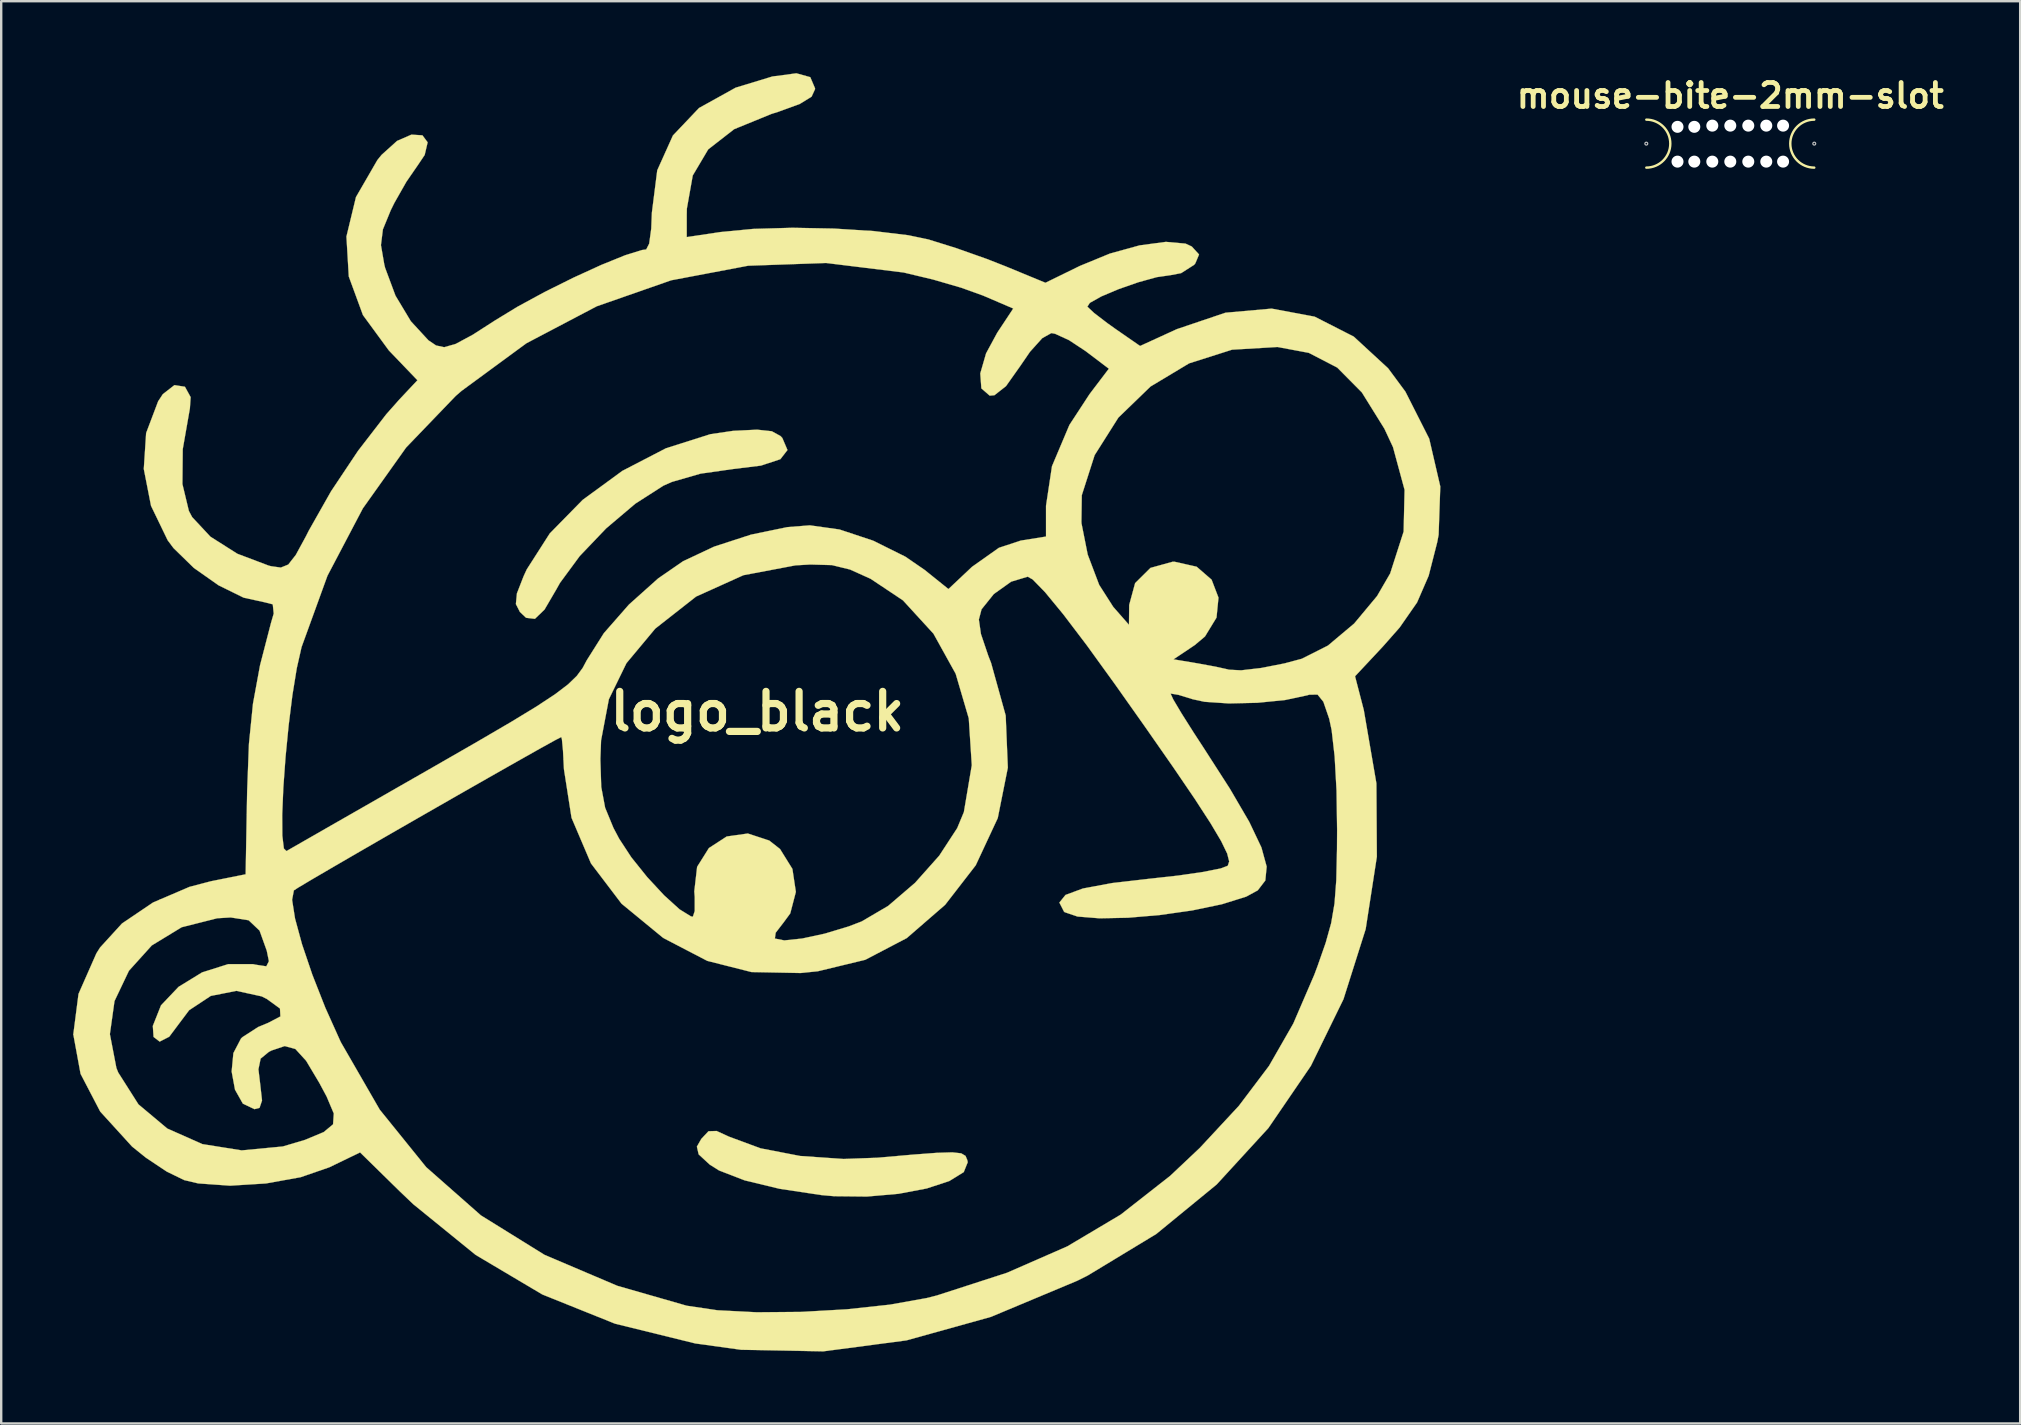
<source format=kicad_pcb>
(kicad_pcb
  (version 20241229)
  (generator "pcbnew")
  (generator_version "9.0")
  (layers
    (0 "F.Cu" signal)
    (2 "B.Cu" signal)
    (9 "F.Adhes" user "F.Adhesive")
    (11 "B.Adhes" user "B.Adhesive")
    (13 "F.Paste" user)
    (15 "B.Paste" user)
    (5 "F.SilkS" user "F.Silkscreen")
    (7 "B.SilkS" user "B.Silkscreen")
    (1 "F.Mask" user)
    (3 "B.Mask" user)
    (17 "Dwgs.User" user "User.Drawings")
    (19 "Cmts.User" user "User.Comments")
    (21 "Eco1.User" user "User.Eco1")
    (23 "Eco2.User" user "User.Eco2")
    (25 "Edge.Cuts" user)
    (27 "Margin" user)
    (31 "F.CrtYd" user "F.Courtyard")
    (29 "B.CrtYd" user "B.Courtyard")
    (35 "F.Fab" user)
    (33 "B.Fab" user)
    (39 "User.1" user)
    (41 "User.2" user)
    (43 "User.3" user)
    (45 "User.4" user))
  (footprint "logo_black"
    (layer "F.Cu")
    (at 28.511 26.598)
    (property "Reference" "logo_black" (at 0 0 0) (layer "F.SilkS") (effects (font (size 1.524 1.524) (thickness 0.3))))
    (attr through_hole)
    (fp_poly (pts (xy -1.18 17.723) (xy 0.134 18.209) (xy 1.785 18.528) (xy 3.597 18.653) (xy 5.015 18.601) (xy 6.471 18.473) (xy 7.48 18.397) (xy 8.128 18.377) (xy 8.498 18.418) (xy 8.678 18.524) (xy 8.751 18.698) (xy 8.77 18.788) (xy 8.604 19.2) (xy 8.002 19.572) (xy 7.063 19.881) (xy 5.885 20.104) (xy 4.567 20.219) (xy 3.208 20.205) (xy 2.674 20.158) (xy 0.927 19.895) (xy -0.528 19.544) (xy -1.596 19.131) (xy -1.983 18.887) (xy -2.444 18.461) (xy -2.518 18.138) (xy -2.333 17.815) (xy -2.035 17.497) (xy -1.695 17.487) (xy -1.18 17.723)) (stroke (width 0.01) (type solid)) (fill yes) (layer "F.SilkS"))
    (fp_poly (pts (xy 0.605 -11.675) (xy 0.97 -11.474) (xy 1.043 -11.395) (xy 1.257 -10.893) (xy 0.961 -10.511) (xy 0.152 -10.244) (xy -1.006 -10.102) (xy -2.37 -9.908) (xy -3.563 -9.563) (xy -3.915 -9.407) (xy -5.083 -8.658) (xy -6.299 -7.628) (xy -7.4 -6.475) (xy -8.224 -5.356) (xy -8.368 -5.098) (xy -8.867 -4.244) (xy -9.268 -3.858) (xy -9.636 -3.901) (xy -9.894 -4.145) (xy -10.061 -4.473) (xy -10.018 -4.918) (xy -9.74 -5.632) (xy -9.608 -5.918) (xy -8.649 -7.417) (xy -7.279 -8.814) (xy -5.625 -10.024) (xy -3.809 -10.965) (xy -1.957 -11.553) (xy -1.009 -11.692) (xy -0.009 -11.741) (xy 0.605 -11.675)) (stroke (width 0.01) (type solid)) (fill yes) (layer "F.SilkS"))
    (fp_poly (pts (xy 2.208 -26.432) (xy 2.406 -25.968) (xy 2.406 -25.932) (xy 2.262 -25.619) (xy 1.774 -25.318) (xy 0.86 -24.984) (xy 0.59 -24.9) (xy -0.964 -24.265) (xy -2.045 -23.424) (xy -2.69 -22.335) (xy -2.936 -20.952) (xy -2.941 -20.694) (xy -2.941 -19.767) (xy -1.537 -19.977) (xy -0.172 -20.108) (xy 1.461 -20.155) (xy 3.193 -20.122) (xy 4.857 -20.017) (xy 6.287 -19.845) (xy 7.129 -19.669) (xy 8.271 -19.313) (xy 9.555 -18.859) (xy 10.349 -18.548) (xy 12.009 -17.863) (xy 13.445 -18.566) (xy 14.695 -19.08) (xy 15.934 -19.422) (xy 17.029 -19.568) (xy 17.848 -19.495) (xy 18.107 -19.374) (xy 18.41 -19.043) (xy 18.256 -18.674) (xy 18.205 -18.611) (xy 17.663 -18.265) (xy 17.223 -18.181) (xy 16.648 -18.098) (xy 15.877 -17.885) (xy 15.058 -17.599) (xy 14.336 -17.294) (xy 13.859 -17.026) (xy 13.755 -16.868) (xy 14.034 -16.606) (xy 14.596 -16.175) (xy 14.916 -15.947) (xy 15.953 -15.229) (xy 17.484 -15.93) (xy 19.51 -16.615) (xy 21.435 -16.786) (xy 23.228 -16.451) (xy 24.857 -15.62) (xy 26.289 -14.3) (xy 27.011 -13.324) (xy 28.002 -11.365) (xy 28.464 -9.372) (xy 28.394 -7.361) (xy 28.338 -7.06) (xy 27.979 -5.653) (xy 27.496 -4.54) (xy 26.772 -3.499) (xy 26.063 -2.695) (xy 24.911 -1.464) (xy 25.276 -0.057) (xy 25.801 2.999) (xy 25.82 6.058) (xy 25.354 9.073) (xy 24.429 11.994) (xy 23.07 14.774) (xy 21.3 17.364) (xy 19.144 19.716) (xy 16.626 21.78) (xy 13.771 23.509) (xy 13.333 23.728) (xy 9.738 25.233) (xy 6.215 26.213) (xy 2.749 26.67) (xy -0.673 26.605) (xy -2.582 26.341) (xy -5.934 25.516) (xy -8.959 24.3) (xy -11.737 22.652) (xy -14.344 20.533) (xy -14.895 20.007) (xy -16.555 18.379) (xy -17.836 18.999) (xy -19.029 19.412) (xy -20.478 19.673) (xy -21.972 19.766) (xy -23.302 19.671) (xy -23.885 19.533) (xy -24.607 19.181) (xy -25.478 18.601) (xy -26.057 18.135) (xy -27.385 16.676) (xy -28.203 15.106) (xy -28.506 13.46) (xy -28.505 13.451) (xy -26.982 13.451) (xy -26.71 14.86) (xy -26.635 15.048) (xy -25.791 16.377) (xy -24.59 17.384) (xy -23.125 18.034) (xy -21.488 18.295) (xy -19.774 18.132) (xy -18.849 17.857) (xy -18.069 17.531) (xy -17.68 17.208) (xy -17.65 16.757) (xy -17.948 16.052) (xy -18.253 15.482) (xy -18.803 14.56) (xy -19.25 14.07) (xy -19.695 13.947) (xy -20.241 14.13) (xy -20.358 14.191) (xy -20.699 14.47) (xy -20.791 14.916) (xy -20.718 15.528) (xy -20.641 16.218) (xy -20.745 16.523) (xy -20.956 16.577) (xy -21.44 16.346) (xy -21.767 15.766) (xy -21.907 15.007) (xy -21.834 14.24) (xy -21.517 13.633) (xy -21.456 13.575) (xy -20.802 13.153) (xy -20.387 12.981) (xy -19.875 12.713) (xy -19.893 12.382) (xy -20.441 11.984) (xy -20.654 11.877) (xy -21.709 11.646) (xy -22.776 11.857) (xy -23.679 12.453) (xy -24.065 12.967) (xy -24.508 13.558) (xy -24.907 13.762) (xy -25.161 13.566) (xy -25.192 13.108) (xy -24.851 12.25) (xy -24.118 11.478) (xy -23.138 10.877) (xy -22.054 10.534) (xy -21.011 10.534) (xy -20.92 10.554) (xy -20.462 10.624) (xy -20.354 10.411) (xy -20.443 9.974) (xy -20.743 9.137) (xy -21.198 8.705) (xy -21.947 8.587) (xy -22.509 8.621) (xy -23.99 8.995) (xy -25.236 9.754) (xy -26.188 10.809) (xy -26.789 12.071) (xy -26.982 13.451) (xy -28.505 13.451) (xy -28.289 11.774) (xy -27.545 10.086) (xy -27.391 9.841) (xy -26.476 8.838) (xy -25.183 7.964) (xy -24.924 7.853) (xy -19.388 7.853) (xy -19.265 8.634) (xy -18.973 9.708) (xy -18.542 10.979) (xy -18.003 12.35) (xy -17.384 13.727) (xy -17.348 13.801) (xy -15.736 16.597) (xy -13.8 18.993) (xy -11.517 21.005) (xy -8.867 22.649) (xy -5.83 23.94) (xy -2.941 24.769) (xy -1.664 24.958) (xy -0.022 25.042) (xy 1.829 25.026) (xy 3.73 24.918) (xy 5.525 24.724) (xy 7.056 24.45) (xy 7.486 24.341) (xy 10.405 23.396) (xy 12.918 22.296) (xy 15.145 20.972) (xy 17.207 19.356) (xy 18.448 18.185) (xy 20.067 16.442) (xy 21.325 14.776) (xy 22.336 13.012) (xy 23.213 10.977) (xy 23.352 10.605) (xy 23.689 9.641) (xy 23.916 8.825) (xy 24.056 8.005) (xy 24.13 7.031) (xy 24.159 5.749) (xy 24.164 4.946) (xy 24.14 3.306) (xy 24.061 1.877) (xy 23.936 0.781) (xy 23.835 0.308) (xy 23.591 -0.402) (xy 23.35 -0.7) (xy 23.006 -0.697) (xy 22.909 -0.669) (xy 21.994 -0.474) (xy 20.84 -0.359) (xy 19.654 -0.332) (xy 18.642 -0.4) (xy 18.15 -0.506) (xy 17.556 -0.689) (xy 17.237 -0.742) (xy 17.226 -0.736) (xy 17.334 -0.5) (xy 17.679 0.081) (xy 18.201 0.906) (xy 18.57 1.471) (xy 19.696 3.223) (xy 20.504 4.607) (xy 21.01 5.672) (xy 21.228 6.468) (xy 21.172 7.047) (xy 20.858 7.457) (xy 20.378 7.719) (xy 19.364 8.036) (xy 18.123 8.295) (xy 16.778 8.486) (xy 15.451 8.599) (xy 14.265 8.623) (xy 13.343 8.549) (xy 12.808 8.367) (xy 12.781 8.343) (xy 12.589 7.967) (xy 12.845 7.649) (xy 13.569 7.381) (xy 14.786 7.154) (xy 16.294 6.98) (xy 17.531 6.843) (xy 18.575 6.692) (xy 19.309 6.546) (xy 19.607 6.434) (xy 19.666 6.253) (xy 19.583 5.924) (xy 19.332 5.406) (xy 18.888 4.657) (xy 18.226 3.637) (xy 17.319 2.305) (xy 16.143 0.618) (xy 14.903 -1.136) (xy 13.729 -2.76) (xy 12.75 -4.049) (xy 11.99 -4.972) (xy 11.476 -5.499) (xy 11.27 -5.615) (xy 10.58 -5.407) (xy 9.858 -4.893) (xy 9.345 -4.255) (xy 9.233 -3.829) (xy 9.32 -3.225) (xy 9.628 -2.314) (xy 9.744 -2.017) (xy 10.352 0.172) (xy 10.441 2.346) (xy 10.021 4.446) (xy 9.103 6.414) (xy 7.828 8.061) (xy 6.23 9.447) (xy 4.499 10.352) (xy 2.521 10.83) (xy 1.808 10.903) (xy -0.242 10.863) (xy -2.087 10.396) (xy -3.889 9.458) (xy -3.948 9.419) (xy -5.658 8.013) (xy -6.932 6.335) (xy -7.742 4.434) (xy -8.058 2.41) (xy -8.079 2.005) (xy -6.541 2.005) (xy -6.504 3.149) (xy -6.342 4.014) (xy -5.996 4.855) (xy -5.755 5.31) (xy -5.251 6.08) (xy -4.591 6.903) (xy -3.884 7.665) (xy -3.239 8.25) (xy -2.766 8.542) (xy -2.685 8.556) (xy -2.608 8.32) (xy -2.608 7.732) (xy -2.626 7.501) (xy -2.508 6.478) (xy -2.017 5.695) (xy -1.274 5.213) (xy -0.395 5.089) (xy 0.498 5.382) (xy 0.948 5.736) (xy 1.463 6.564) (xy 1.607 7.523) (xy 1.373 8.419) (xy 1.092 8.801) (xy 0.766 9.224) (xy 0.732 9.466) (xy 1.124 9.544) (xy 1.867 9.466) (xy 2.811 9.262) (xy 3.807 8.962) (xy 4.35 8.754) (xy 5.452 8.107) (xy 6.575 7.144) (xy 7.582 6.013) (xy 8.331 4.865) (xy 8.609 4.196) (xy 8.939 2.243) (xy 8.813 0.29) (xy 8.267 -1.57) (xy 7.341 -3.24) (xy 6.071 -4.627) (xy 4.723 -5.526) (xy 3.865 -5.913) (xy 3.11 -6.097) (xy 2.209 -6.122) (xy 1.592 -6.087) (xy -0.579 -5.676) (xy -2.551 -4.786) (xy -4.252 -3.451) (xy -5.453 -2.011) (xy -6.186 -0.507) (xy -6.511 1.208) (xy -6.541 2.005) (xy -8.079 2.005) (xy -8.097 1.646) (xy -8.143 1.16) (xy -8.17 1.069) (xy -8.418 1.196) (xy -9.051 1.546) (xy -9.989 2.075) (xy -11.156 2.737) (xy -12.473 3.488) (xy -13.861 4.283) (xy -15.243 5.077) (xy -16.539 5.825) (xy -17.673 6.483) (xy -18.566 7.005) (xy -19.139 7.347) (xy -19.314 7.46) (xy -19.388 7.853) (xy -24.924 7.853) (xy -23.665 7.313) (xy -22.768 7.078) (xy -21.324 6.789) (xy -21.279 4.301) (xy -19.8 4.301) (xy -19.795 5.18) (xy -19.731 5.714) (xy -19.622 5.821) (xy -19.334 5.655) (xy -18.646 5.261) (xy -17.624 4.675) (xy -16.334 3.937) (xy -14.839 3.081) (xy -13.502 2.316) (xy -11.679 1.268) (xy -10.264 0.441) (xy -9.199 -0.207) (xy -8.426 -0.716) (xy -7.888 -1.126) (xy -7.524 -1.477) (xy -7.278 -1.811) (xy -7.109 -2.128) (xy -6.395 -3.26) (xy -5.35 -4.452) (xy -4.131 -5.543) (xy -3.096 -6.257) (xy -1.797 -6.868) (xy -0.265 -7.366) (xy 1.252 -7.68) (xy 2.192 -7.754) (xy 3.426 -7.581) (xy 4.824 -7.117) (xy 6.171 -6.448) (xy 6.969 -5.9) (xy 7.966 -5.099) (xy 8.948 -6.025) (xy 10.069 -6.818) (xy 10.981 -7.119) (xy 12.032 -7.287) (xy 12.032 -7.858) (xy 13.507 -7.858) (xy 13.77 -6.534) (xy 14.248 -5.273) (xy 14.835 -4.354) (xy 15.49 -3.609) (xy 15.499 -4.437) (xy 15.745 -5.345) (xy 16.387 -5.981) (xy 17.314 -6.238) (xy 17.379 -6.239) (xy 18.31 -6.03) (xy 18.933 -5.49) (xy 19.22 -4.741) (xy 19.138 -3.91) (xy 18.657 -3.122) (xy 18.231 -2.764) (xy 17.345 -2.17) (xy 18.365 -1.999) (xy 19.094 -1.865) (xy 19.597 -1.754) (xy 19.652 -1.738) (xy 20.163 -1.712) (xy 20.999 -1.809) (xy 21.974 -2.001) (xy 22.694 -2.194) (xy 23.78 -2.742) (xy 24.874 -3.661) (xy 25.83 -4.808) (xy 26.375 -5.748) (xy 26.936 -7.493) (xy 26.976 -9.234) (xy 26.493 -11.015) (xy 26.135 -11.782) (xy 25.195 -13.294) (xy 24.169 -14.329) (xy 22.983 -14.943) (xy 21.679 -15.187) (xy 19.787 -15.075) (xy 17.995 -14.505) (xy 16.388 -13.54) (xy 15.048 -12.244) (xy 14.059 -10.68) (xy 13.523 -9.009) (xy 13.507 -7.858) (xy 12.032 -7.858) (xy 12.032 -8.568) (xy 12.281 -10.218) (xy 13.007 -11.937) (xy 13.848 -13.224) (xy 14.651 -14.282) (xy 13.675 -15.021) (xy 12.989 -15.473) (xy 12.41 -15.738) (xy 12.255 -15.767) (xy 11.875 -15.555) (xy 11.365 -14.988) (xy 10.976 -14.42) (xy 10.365 -13.556) (xy 9.883 -13.177) (xy 9.684 -13.16) (xy 9.338 -13.462) (xy 9.293 -14.086) (xy 9.534 -14.921) (xy 10.001 -15.784) (xy 10.667 -16.79) (xy 9.411 -17.329) (xy 8.503 -17.656) (xy 7.321 -18) (xy 6.118 -18.287) (xy 6.094 -18.292) (xy 2.866 -18.688) (xy -0.382 -18.574) (xy -3.589 -17.967) (xy -6.69 -16.884) (xy -9.622 -15.343) (xy -12.322 -13.361) (xy -12.572 -13.144) (xy -14.635 -10.998) (xy -16.438 -8.463) (xy -17.914 -5.654) (xy -18.993 -2.682) (xy -18.995 -2.674) (xy -19.192 -1.804) (xy -19.374 -0.685) (xy -19.532 0.584) (xy -19.661 1.904) (xy -19.753 3.176) (xy -19.8 4.301) (xy -21.279 4.301) (xy -21.261 3.328) (xy -21.186 1.351) (xy -21.018 -0.323) (xy -20.723 -1.926) (xy -20.267 -3.687) (xy -20.154 -4.077) (xy -20.193 -4.462) (xy -20.517 -4.545) (xy -21.406 -4.74) (xy -22.451 -5.254) (xy -23.481 -5.978) (xy -24.329 -6.805) (xy -24.572 -7.13) (xy -25.267 -8.568) (xy -25.568 -10.103) (xy -25.471 -11.6) (xy -24.971 -12.922) (xy -24.776 -13.22) (xy -24.291 -13.598) (xy -23.854 -13.53) (xy -23.616 -13.097) (xy -23.647 -12.63) (xy -23.945 -10.929) (xy -23.959 -9.474) (xy -23.69 -8.355) (xy -23.554 -8.099) (xy -22.79 -7.28) (xy -21.668 -6.569) (xy -20.364 -6.076) (xy -20.259 -6.05) (xy -19.857 -5.994) (xy -19.548 -6.119) (xy -19.234 -6.52) (xy -18.815 -7.29) (xy -18.691 -7.535) (xy -17.765 -9.171) (xy -16.638 -10.861) (xy -15.465 -12.381) (xy -14.932 -12.983) (xy -14.164 -13.801) (xy -15.355 -15.043) (xy -16.435 -16.517) (xy -17.025 -18.125) (xy -17.123 -19.79) (xy -16.726 -21.434) (xy -15.832 -22.98) (xy -15.658 -23.194) (xy -15.014 -23.775) (xy -14.414 -24.037) (xy -13.955 -24.008) (xy -13.739 -23.717) (xy -13.862 -23.191) (xy -14.147 -22.766) (xy -14.625 -22.073) (xy -15.127 -21.19) (xy -15.273 -20.894) (xy -15.604 -20.088) (xy -15.685 -19.433) (xy -15.546 -18.627) (xy -15.512 -18.488) (xy -15.08 -17.327) (xy -14.439 -16.26) (xy -13.707 -15.466) (xy -13.387 -15.25) (xy -13.048 -15.178) (xy -12.571 -15.314) (xy -11.857 -15.698) (xy -10.922 -16.299) (xy -9.992 -16.866) (xy -8.863 -17.479) (xy -7.658 -18.078) (xy -6.499 -18.608) (xy -5.508 -19.01) (xy -4.807 -19.228) (xy -4.63 -19.251) (xy -4.506 -19.493) (xy -4.42 -20.121) (xy -4.393 -20.788) (xy -4.17 -22.55) (xy -3.517 -24.001) (xy -2.43 -25.146) (xy -0.901 -25.995) (xy 0.631 -26.461) (xy 1.629 -26.593) (xy 2.208 -26.432)) (stroke (width 0.01) (type solid)) (fill yes) (layer "F.SilkS")))
  (footprint "mouse-bite-2mm-slot"
    (layer "F.Cu")
    (at 69.061 2.936)
    (property "Reference" "mouse-bite-2mm-slot" (at 0 -2 0) (layer "F.SilkS") (effects (font (size 1 1) (thickness 0.2))))
    (attr through_hole)
    (fp_arc (start -3.5 -1) (mid -2.5 0) (end -3.5 1) (stroke (width 0.1) (type solid)) (layer "F.SilkS"))
    (fp_arc (start 3.5 1) (mid 2.5 0) (end 3.5 -1) (stroke (width 0.1) (type solid)) (layer "F.SilkS"))
    (fp_circle (center -3.5 0) (end -3.44 0) (stroke (width 0.05) (type solid)) (fill no) (layer "Dwgs.User"))
    (fp_circle (center 3.5 0) (end 3.56 0) (stroke (width 0.05) (type solid)) (fill no) (layer "Dwgs.User"))
    (fp_line (start -3.5 0) (end -3.5 0) (stroke (width 2) (type solid)) (layer "Eco1.User"))
    (fp_line (start 3.5 0) (end 3.5 0) (stroke (width 2) (type solid)) (layer "Eco1.User"))
    (pad "" np_thru_hole circle (at -2.2 -0.7) (size 0.5 0.5) (drill 0.5) (layers "*.Cu" "*.Mask"))
    (pad "" np_thru_hole circle (at -2.2 0.75) (size 0.5 0.5) (drill 0.5) (layers "*.Cu" "*.Mask"))
    (pad "" np_thru_hole circle (at -1.5 -0.7) (size 0.5 0.5) (drill 0.5) (layers "*.Cu" "*.Mask"))
    (pad "" np_thru_hole circle (at -1.5 0.75) (size 0.5 0.5) (drill 0.5) (layers "*.Cu" "*.Mask"))
    (pad "" np_thru_hole circle (at -0.75 -0.75) (size 0.5 0.5) (drill 0.5) (layers "*.Cu" "*.Mask"))
    (pad "" np_thru_hole circle (at -0.75 0.75) (size 0.5 0.5) (drill 0.5) (layers "*.Cu" "*.Mask"))
    (pad "" np_thru_hole circle (at 0 -0.75) (size 0.5 0.5) (drill 0.5) (layers "*.Cu" "*.Mask"))
    (pad "" np_thru_hole circle (at 0 0.75) (size 0.5 0.5) (drill 0.5) (layers "*.Cu" "*.Mask"))
    (pad "" np_thru_hole circle (at 0.75 -0.75) (size 0.5 0.5) (drill 0.5) (layers "*.Cu" "*.Mask"))
    (pad "" np_thru_hole circle (at 0.75 0.75) (size 0.5 0.5) (drill 0.5) (layers "*.Cu" "*.Mask"))
    (pad "" np_thru_hole circle (at 1.5 -0.75) (size 0.5 0.5) (drill 0.5) (layers "*.Cu" "*.Mask"))
    (pad "" np_thru_hole circle (at 1.5 0.75) (size 0.5 0.5) (drill 0.5) (layers "*.Cu" "*.Mask"))
    (pad "" np_thru_hole circle (at 2.2 -0.75) (size 0.5 0.5) (drill 0.5) (layers "*.Cu" "*.Mask"))
    (pad "" np_thru_hole circle (at 2.2 0.75) (size 0.5 0.5) (drill 0.5) (layers "*.Cu" "*.Mask")))
  (gr_rect
    (start -3 -3)
    (end 81.142 56.273)
    (stroke (width 0.1) (type default))
    (fill no)
    (layer "Edge.Cuts")))
</source>
